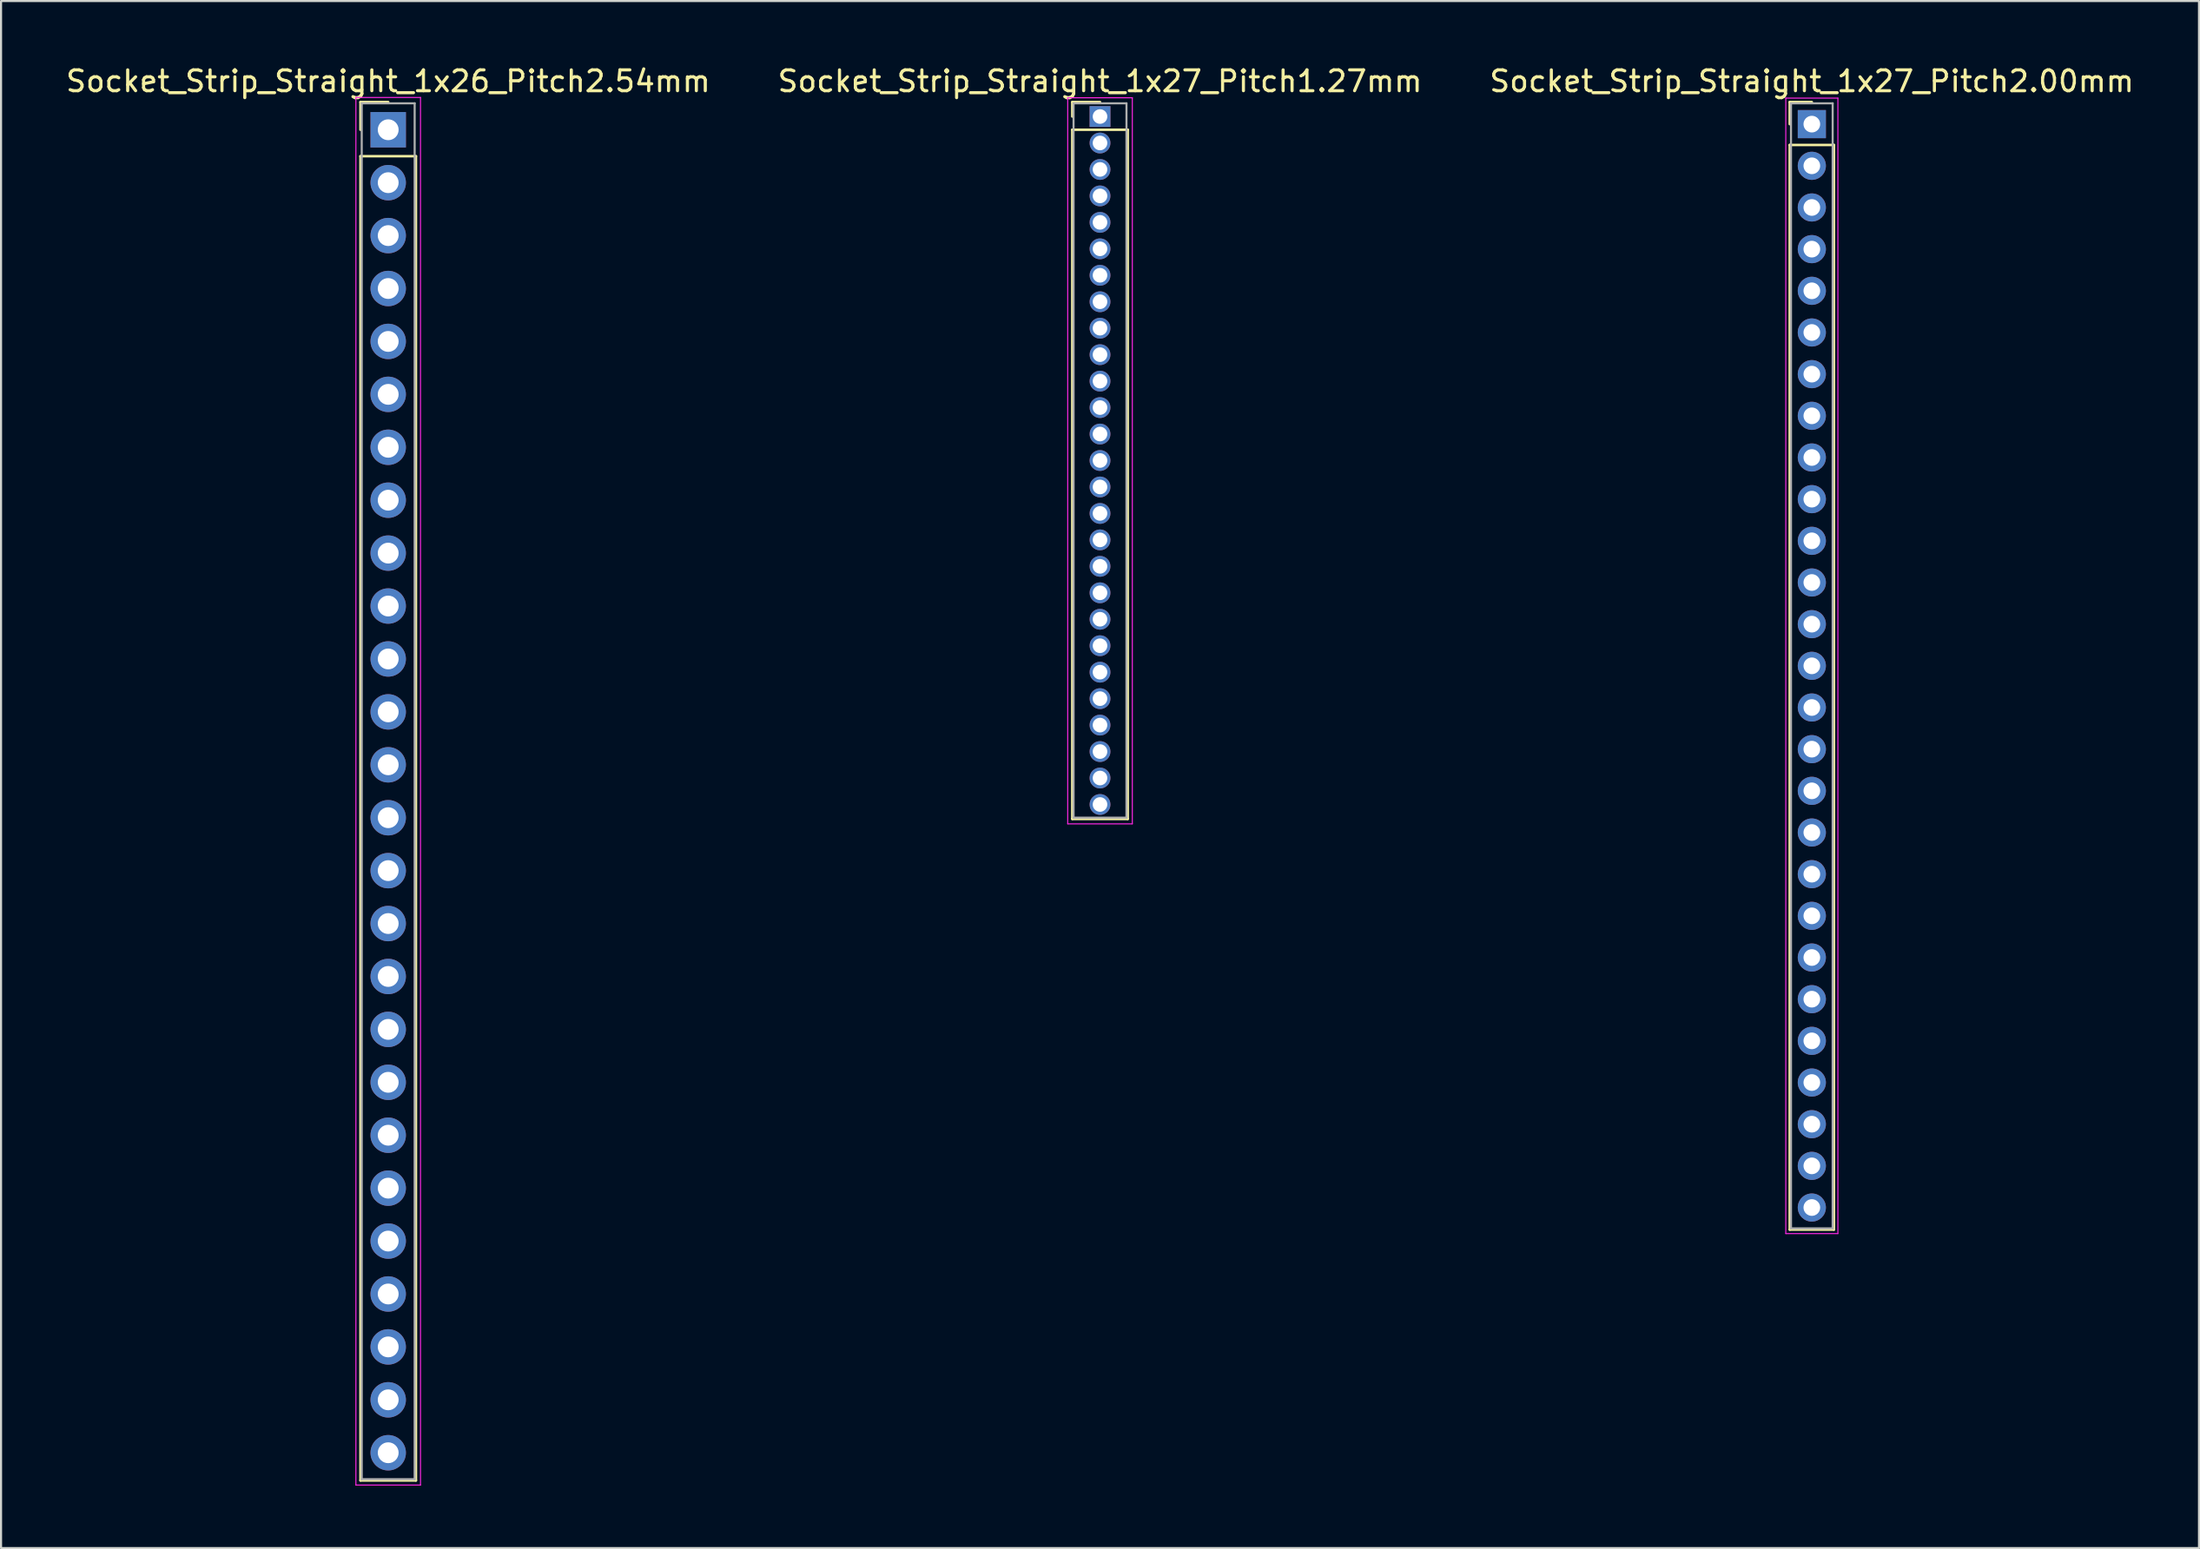
<source format=kicad_pcb>
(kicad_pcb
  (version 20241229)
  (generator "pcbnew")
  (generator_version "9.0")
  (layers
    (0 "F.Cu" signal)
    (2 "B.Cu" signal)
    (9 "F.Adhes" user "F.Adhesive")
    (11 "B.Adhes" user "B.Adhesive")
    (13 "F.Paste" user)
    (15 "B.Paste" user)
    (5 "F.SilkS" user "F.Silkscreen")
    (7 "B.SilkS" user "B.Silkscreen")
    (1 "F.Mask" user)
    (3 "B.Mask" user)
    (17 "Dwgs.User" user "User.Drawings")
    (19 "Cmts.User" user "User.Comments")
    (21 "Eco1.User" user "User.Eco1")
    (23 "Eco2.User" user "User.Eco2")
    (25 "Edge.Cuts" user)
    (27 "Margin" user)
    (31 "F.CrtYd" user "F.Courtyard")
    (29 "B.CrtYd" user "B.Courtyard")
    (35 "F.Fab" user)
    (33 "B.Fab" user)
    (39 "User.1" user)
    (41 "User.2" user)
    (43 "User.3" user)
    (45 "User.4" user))
  (footprint "Socket_Strip_Straight_1x27_Pitch2.00mm"
    (layer "F.Cu")
    (at 83.887 2.908)
    (property "Reference" "Socket_Strip_Straight_1x27_Pitch2.00mm" (at 0 -2.06 0) (layer "F.SilkS") (effects (font (size 1 1) (thickness 0.15))))
    (attr through_hole)
    (fp_line (start -1.06 -1.06) (end 0 -1.06) (stroke (width 0.12) (type solid)) (layer "F.SilkS"))
    (fp_line (start -1.06 0) (end -1.06 -1.06) (stroke (width 0.12) (type solid)) (layer "F.SilkS"))
    (fp_line (start -1.06 1) (end -1.06 53.06) (stroke (width 0.12) (type solid)) (layer "F.SilkS"))
    (fp_line (start -1.06 53.06) (end 1.06 53.06) (stroke (width 0.12) (type solid)) (layer "F.SilkS"))
    (fp_line (start 1.06 1) (end -1.06 1) (stroke (width 0.12) (type solid)) (layer "F.SilkS"))
    (fp_line (start 1.06 53.06) (end 1.06 1) (stroke (width 0.12) (type solid)) (layer "F.SilkS"))
    (fp_line (start -1.25 -1.25) (end -1.25 53.25) (stroke (width 0.05) (type solid)) (layer "F.CrtYd"))
    (fp_line (start -1.25 53.25) (end 1.25 53.25) (stroke (width 0.05) (type solid)) (layer "F.CrtYd"))
    (fp_line (start 1.25 -1.25) (end -1.25 -1.25) (stroke (width 0.05) (type solid)) (layer "F.CrtYd"))
    (fp_line (start 1.25 53.25) (end 1.25 -1.25) (stroke (width 0.05) (type solid)) (layer "F.CrtYd"))
    (fp_line (start -1 -1) (end -1 53) (stroke (width 0.1) (type solid)) (layer "F.Fab"))
    (fp_line (start -1 53) (end 1 53) (stroke (width 0.1) (type solid)) (layer "F.Fab"))
    (fp_line (start 1 -1) (end -1 -1) (stroke (width 0.1) (type solid)) (layer "F.Fab"))
    (fp_line (start 1 53) (end 1 -1) (stroke (width 0.1) (type solid)) (layer "F.Fab"))
    (pad "1" thru_hole rect (at 0 0) (size 1.35 1.35) (drill 0.8) (layers "*.Cu" "*.Mask"))
    (pad "2" thru_hole oval (at 0 2) (size 1.35 1.35) (drill 0.8) (layers "*.Cu" "*.Mask"))
    (pad "3" thru_hole oval (at 0 4) (size 1.35 1.35) (drill 0.8) (layers "*.Cu" "*.Mask"))
    (pad "4" thru_hole oval (at 0 6) (size 1.35 1.35) (drill 0.8) (layers "*.Cu" "*.Mask"))
    (pad "5" thru_hole oval (at 0 8) (size 1.35 1.35) (drill 0.8) (layers "*.Cu" "*.Mask"))
    (pad "6" thru_hole oval (at 0 10) (size 1.35 1.35) (drill 0.8) (layers "*.Cu" "*.Mask"))
    (pad "7" thru_hole oval (at 0 12) (size 1.35 1.35) (drill 0.8) (layers "*.Cu" "*.Mask"))
    (pad "8" thru_hole oval (at 0 14) (size 1.35 1.35) (drill 0.8) (layers "*.Cu" "*.Mask"))
    (pad "9" thru_hole oval (at 0 16) (size 1.35 1.35) (drill 0.8) (layers "*.Cu" "*.Mask"))
    (pad "10" thru_hole oval (at 0 18) (size 1.35 1.35) (drill 0.8) (layers "*.Cu" "*.Mask"))
    (pad "11" thru_hole oval (at 0 20) (size 1.35 1.35) (drill 0.8) (layers "*.Cu" "*.Mask"))
    (pad "12" thru_hole oval (at 0 22) (size 1.35 1.35) (drill 0.8) (layers "*.Cu" "*.Mask"))
    (pad "13" thru_hole oval (at 0 24) (size 1.35 1.35) (drill 0.8) (layers "*.Cu" "*.Mask"))
    (pad "14" thru_hole oval (at 0 26) (size 1.35 1.35) (drill 0.8) (layers "*.Cu" "*.Mask"))
    (pad "15" thru_hole oval (at 0 28) (size 1.35 1.35) (drill 0.8) (layers "*.Cu" "*.Mask"))
    (pad "16" thru_hole oval (at 0 30) (size 1.35 1.35) (drill 0.8) (layers "*.Cu" "*.Mask"))
    (pad "17" thru_hole oval (at 0 32) (size 1.35 1.35) (drill 0.8) (layers "*.Cu" "*.Mask"))
    (pad "18" thru_hole oval (at 0 34) (size 1.35 1.35) (drill 0.8) (layers "*.Cu" "*.Mask"))
    (pad "19" thru_hole oval (at 0 36) (size 1.35 1.35) (drill 0.8) (layers "*.Cu" "*.Mask"))
    (pad "20" thru_hole oval (at 0 38) (size 1.35 1.35) (drill 0.8) (layers "*.Cu" "*.Mask"))
    (pad "21" thru_hole oval (at 0 40) (size 1.35 1.35) (drill 0.8) (layers "*.Cu" "*.Mask"))
    (pad "22" thru_hole oval (at 0 42) (size 1.35 1.35) (drill 0.8) (layers "*.Cu" "*.Mask"))
    (pad "23" thru_hole oval (at 0 44) (size 1.35 1.35) (drill 0.8) (layers "*.Cu" "*.Mask"))
    (pad "24" thru_hole oval (at 0 46) (size 1.35 1.35) (drill 0.8) (layers "*.Cu" "*.Mask"))
    (pad "25" thru_hole oval (at 0 48) (size 1.35 1.35) (drill 0.8) (layers "*.Cu" "*.Mask"))
    (pad "26" thru_hole oval (at 0 50) (size 1.35 1.35) (drill 0.8) (layers "*.Cu" "*.Mask"))
    (pad "27" thru_hole oval (at 0 52) (size 1.35 1.35) (drill 0.8) (layers "*.Cu" "*.Mask")))
  (footprint "Socket_Strip_Straight_1x26_Pitch2.54mm"
    (layer "F.Cu")
    (at 15.577 3.178)
    (property "Reference" "Socket_Strip_Straight_1x26_Pitch2.54mm" (at 0 -2.33 0) (layer "F.SilkS") (effects (font (size 1 1) (thickness 0.15))))
    (attr through_hole)
    (fp_line (start -1.33 -1.33) (end 0 -1.33) (stroke (width 0.12) (type solid)) (layer "F.SilkS"))
    (fp_line (start -1.33 0) (end -1.33 -1.33) (stroke (width 0.12) (type solid)) (layer "F.SilkS"))
    (fp_line (start -1.33 1.27) (end -1.33 64.83) (stroke (width 0.12) (type solid)) (layer "F.SilkS"))
    (fp_line (start -1.33 64.83) (end 1.33 64.83) (stroke (width 0.12) (type solid)) (layer "F.SilkS"))
    (fp_line (start 1.33 1.27) (end -1.33 1.27) (stroke (width 0.12) (type solid)) (layer "F.SilkS"))
    (fp_line (start 1.33 64.83) (end 1.33 1.27) (stroke (width 0.12) (type solid)) (layer "F.SilkS"))
    (fp_line (start -1.55 -1.55) (end -1.55 65.05) (stroke (width 0.05) (type solid)) (layer "F.CrtYd"))
    (fp_line (start -1.55 65.05) (end 1.55 65.05) (stroke (width 0.05) (type solid)) (layer "F.CrtYd"))
    (fp_line (start 1.55 -1.55) (end -1.55 -1.55) (stroke (width 0.05) (type solid)) (layer "F.CrtYd"))
    (fp_line (start 1.55 65.05) (end 1.55 -1.55) (stroke (width 0.05) (type solid)) (layer "F.CrtYd"))
    (fp_line (start -1.27 -1.27) (end -1.27 64.77) (stroke (width 0.1) (type solid)) (layer "F.Fab"))
    (fp_line (start -1.27 64.77) (end 1.27 64.77) (stroke (width 0.1) (type solid)) (layer "F.Fab"))
    (fp_line (start 1.27 -1.27) (end -1.27 -1.27) (stroke (width 0.1) (type solid)) (layer "F.Fab"))
    (fp_line (start 1.27 64.77) (end 1.27 -1.27) (stroke (width 0.1) (type solid)) (layer "F.Fab"))
    (pad "1" thru_hole rect (at 0 0) (size 1.7 1.7) (drill 1) (layers "*.Cu" "*.Mask"))
    (pad "2" thru_hole oval (at 0 2.54) (size 1.7 1.7) (drill 1) (layers "*.Cu" "*.Mask"))
    (pad "3" thru_hole oval (at 0 5.08) (size 1.7 1.7) (drill 1) (layers "*.Cu" "*.Mask"))
    (pad "4" thru_hole oval (at 0 7.62) (size 1.7 1.7) (drill 1) (layers "*.Cu" "*.Mask"))
    (pad "5" thru_hole oval (at 0 10.16) (size 1.7 1.7) (drill 1) (layers "*.Cu" "*.Mask"))
    (pad "6" thru_hole oval (at 0 12.7) (size 1.7 1.7) (drill 1) (layers "*.Cu" "*.Mask"))
    (pad "7" thru_hole oval (at 0 15.24) (size 1.7 1.7) (drill 1) (layers "*.Cu" "*.Mask"))
    (pad "8" thru_hole oval (at 0 17.78) (size 1.7 1.7) (drill 1) (layers "*.Cu" "*.Mask"))
    (pad "9" thru_hole oval (at 0 20.32) (size 1.7 1.7) (drill 1) (layers "*.Cu" "*.Mask"))
    (pad "10" thru_hole oval (at 0 22.86) (size 1.7 1.7) (drill 1) (layers "*.Cu" "*.Mask"))
    (pad "11" thru_hole oval (at 0 25.4) (size 1.7 1.7) (drill 1) (layers "*.Cu" "*.Mask"))
    (pad "12" thru_hole oval (at 0 27.94) (size 1.7 1.7) (drill 1) (layers "*.Cu" "*.Mask"))
    (pad "13" thru_hole oval (at 0 30.48) (size 1.7 1.7) (drill 1) (layers "*.Cu" "*.Mask"))
    (pad "14" thru_hole oval (at 0 33.02) (size 1.7 1.7) (drill 1) (layers "*.Cu" "*.Mask"))
    (pad "15" thru_hole oval (at 0 35.56) (size 1.7 1.7) (drill 1) (layers "*.Cu" "*.Mask"))
    (pad "16" thru_hole oval (at 0 38.1) (size 1.7 1.7) (drill 1) (layers "*.Cu" "*.Mask"))
    (pad "17" thru_hole oval (at 0 40.64) (size 1.7 1.7) (drill 1) (layers "*.Cu" "*.Mask"))
    (pad "18" thru_hole oval (at 0 43.18) (size 1.7 1.7) (drill 1) (layers "*.Cu" "*.Mask"))
    (pad "19" thru_hole oval (at 0 45.72) (size 1.7 1.7) (drill 1) (layers "*.Cu" "*.Mask"))
    (pad "20" thru_hole oval (at 0 48.26) (size 1.7 1.7) (drill 1) (layers "*.Cu" "*.Mask"))
    (pad "21" thru_hole oval (at 0 50.8) (size 1.7 1.7) (drill 1) (layers "*.Cu" "*.Mask"))
    (pad "22" thru_hole oval (at 0 53.34) (size 1.7 1.7) (drill 1) (layers "*.Cu" "*.Mask"))
    (pad "23" thru_hole oval (at 0 55.88) (size 1.7 1.7) (drill 1) (layers "*.Cu" "*.Mask"))
    (pad "24" thru_hole oval (at 0 58.42) (size 1.7 1.7) (drill 1) (layers "*.Cu" "*.Mask"))
    (pad "25" thru_hole oval (at 0 60.96) (size 1.7 1.7) (drill 1) (layers "*.Cu" "*.Mask"))
    (pad "26" thru_hole oval (at 0 63.5) (size 1.7 1.7) (drill 1) (layers "*.Cu" "*.Mask")))
  (footprint "Socket_Strip_Straight_1x27_Pitch1.27mm"
    (layer "F.Cu")
    (at 49.732 2.543)
    (property "Reference" "Socket_Strip_Straight_1x27_Pitch1.27mm" (at 0 -1.695 0) (layer "F.SilkS") (effects (font (size 1 1) (thickness 0.15))))
    (attr through_hole)
    (fp_line (start -1.33 -0.695) (end 0 -0.695) (stroke (width 0.12) (type solid)) (layer "F.SilkS"))
    (fp_line (start -1.33 0) (end -1.33 -0.695) (stroke (width 0.12) (type solid)) (layer "F.SilkS"))
    (fp_line (start -1.33 0.635) (end -1.33 33.715) (stroke (width 0.12) (type solid)) (layer "F.SilkS"))
    (fp_line (start -1.33 33.715) (end 1.33 33.715) (stroke (width 0.12) (type solid)) (layer "F.SilkS"))
    (fp_line (start 1.33 0.635) (end -1.33 0.635) (stroke (width 0.12) (type solid)) (layer "F.SilkS"))
    (fp_line (start 1.33 33.715) (end 1.33 0.635) (stroke (width 0.12) (type solid)) (layer "F.SilkS"))
    (fp_line (start -1.55 -0.9) (end -1.55 33.95) (stroke (width 0.05) (type solid)) (layer "F.CrtYd"))
    (fp_line (start -1.55 33.95) (end 1.55 33.95) (stroke (width 0.05) (type solid)) (layer "F.CrtYd"))
    (fp_line (start 1.55 -0.9) (end -1.55 -0.9) (stroke (width 0.05) (type solid)) (layer "F.CrtYd"))
    (fp_line (start 1.55 33.95) (end 1.55 -0.9) (stroke (width 0.05) (type solid)) (layer "F.CrtYd"))
    (fp_line (start -1.27 -0.635) (end -1.27 33.655) (stroke (width 0.1) (type solid)) (layer "F.Fab"))
    (fp_line (start -1.27 33.655) (end 1.27 33.655) (stroke (width 0.1) (type solid)) (layer "F.Fab"))
    (fp_line (start 1.27 -0.635) (end -1.27 -0.635) (stroke (width 0.1) (type solid)) (layer "F.Fab"))
    (fp_line (start 1.27 33.655) (end 1.27 -0.635) (stroke (width 0.1) (type solid)) (layer "F.Fab"))
    (pad "1" thru_hole rect (at 0 0) (size 1 1) (drill 0.7) (layers "*.Cu" "*.Mask"))
    (pad "2" thru_hole oval (at 0 1.27) (size 1 1) (drill 0.7) (layers "*.Cu" "*.Mask"))
    (pad "3" thru_hole oval (at 0 2.54) (size 1 1) (drill 0.7) (layers "*.Cu" "*.Mask"))
    (pad "4" thru_hole oval (at 0 3.81) (size 1 1) (drill 0.7) (layers "*.Cu" "*.Mask"))
    (pad "5" thru_hole oval (at 0 5.08) (size 1 1) (drill 0.7) (layers "*.Cu" "*.Mask"))
    (pad "6" thru_hole oval (at 0 6.35) (size 1 1) (drill 0.7) (layers "*.Cu" "*.Mask"))
    (pad "7" thru_hole oval (at 0 7.62) (size 1 1) (drill 0.7) (layers "*.Cu" "*.Mask"))
    (pad "8" thru_hole oval (at 0 8.89) (size 1 1) (drill 0.7) (layers "*.Cu" "*.Mask"))
    (pad "9" thru_hole oval (at 0 10.16) (size 1 1) (drill 0.7) (layers "*.Cu" "*.Mask"))
    (pad "10" thru_hole oval (at 0 11.43) (size 1 1) (drill 0.7) (layers "*.Cu" "*.Mask"))
    (pad "11" thru_hole oval (at 0 12.7) (size 1 1) (drill 0.7) (layers "*.Cu" "*.Mask"))
    (pad "12" thru_hole oval (at 0 13.97) (size 1 1) (drill 0.7) (layers "*.Cu" "*.Mask"))
    (pad "13" thru_hole oval (at 0 15.24) (size 1 1) (drill 0.7) (layers "*.Cu" "*.Mask"))
    (pad "14" thru_hole oval (at 0 16.51) (size 1 1) (drill 0.7) (layers "*.Cu" "*.Mask"))
    (pad "15" thru_hole oval (at 0 17.78) (size 1 1) (drill 0.7) (layers "*.Cu" "*.Mask"))
    (pad "16" thru_hole oval (at 0 19.05) (size 1 1) (drill 0.7) (layers "*.Cu" "*.Mask"))
    (pad "17" thru_hole oval (at 0 20.32) (size 1 1) (drill 0.7) (layers "*.Cu" "*.Mask"))
    (pad "18" thru_hole oval (at 0 21.59) (size 1 1) (drill 0.7) (layers "*.Cu" "*.Mask"))
    (pad "19" thru_hole oval (at 0 22.86) (size 1 1) (drill 0.7) (layers "*.Cu" "*.Mask"))
    (pad "20" thru_hole oval (at 0 24.13) (size 1 1) (drill 0.7) (layers "*.Cu" "*.Mask"))
    (pad "21" thru_hole oval (at 0 25.4) (size 1 1) (drill 0.7) (layers "*.Cu" "*.Mask"))
    (pad "22" thru_hole oval (at 0 26.67) (size 1 1) (drill 0.7) (layers "*.Cu" "*.Mask"))
    (pad "23" thru_hole oval (at 0 27.94) (size 1 1) (drill 0.7) (layers "*.Cu" "*.Mask"))
    (pad "24" thru_hole oval (at 0 29.21) (size 1 1) (drill 0.7) (layers "*.Cu" "*.Mask"))
    (pad "25" thru_hole oval (at 0 30.48) (size 1 1) (drill 0.7) (layers "*.Cu" "*.Mask"))
    (pad "26" thru_hole oval (at 0 31.75) (size 1 1) (drill 0.7) (layers "*.Cu" "*.Mask"))
    (pad "27" thru_hole oval (at 0 33.02) (size 1 1) (drill 0.7) (layers "*.Cu" "*.Mask")))
  (gr_rect
    (start -3 -3)
    (end 102.464 71.253)
    (stroke (width 0.1) (type default))
    (fill no)
    (layer "Edge.Cuts")))
</source>
